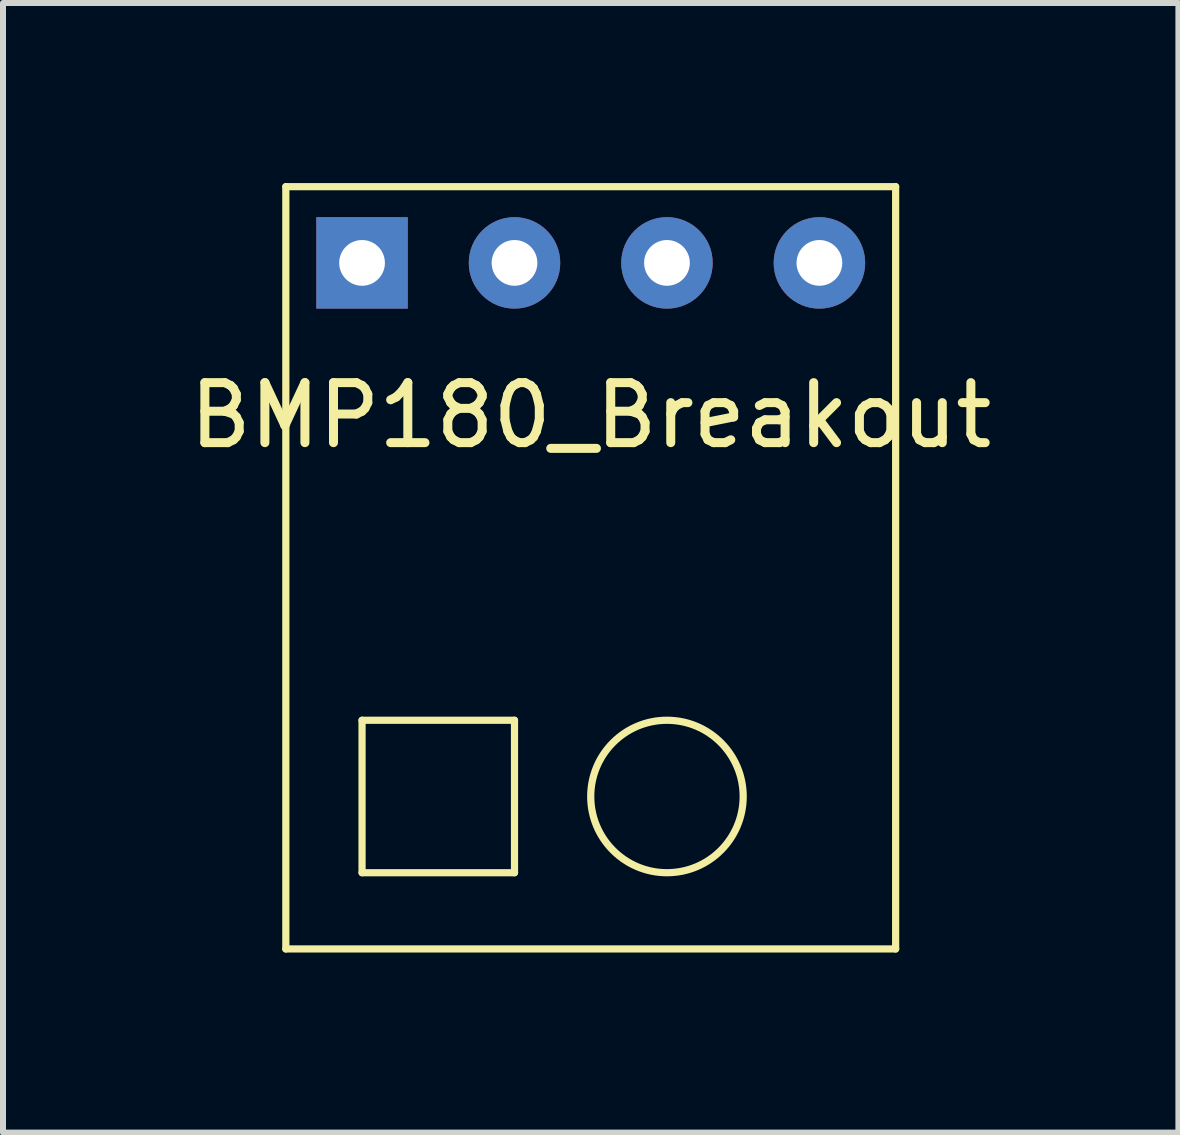
<source format=kicad_pcb>
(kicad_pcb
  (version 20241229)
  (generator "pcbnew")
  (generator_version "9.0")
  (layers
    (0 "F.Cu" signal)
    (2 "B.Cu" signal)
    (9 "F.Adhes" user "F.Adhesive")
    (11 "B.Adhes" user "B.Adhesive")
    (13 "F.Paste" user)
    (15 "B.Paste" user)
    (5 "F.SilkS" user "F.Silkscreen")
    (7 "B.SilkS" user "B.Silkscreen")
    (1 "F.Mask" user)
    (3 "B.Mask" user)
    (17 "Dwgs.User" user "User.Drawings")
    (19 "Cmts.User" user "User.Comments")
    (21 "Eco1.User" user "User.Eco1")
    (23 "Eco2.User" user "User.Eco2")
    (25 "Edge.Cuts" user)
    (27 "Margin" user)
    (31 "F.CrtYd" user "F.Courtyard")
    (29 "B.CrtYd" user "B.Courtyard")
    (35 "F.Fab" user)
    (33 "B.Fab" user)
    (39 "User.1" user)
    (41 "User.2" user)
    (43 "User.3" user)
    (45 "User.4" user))
  (footprint "BMP180_Breakout"
    (layer "F.Cu")
    (at 5.522 11.49)
    (property "Reference" "BMP180_Breakout" (at 1.27 -7.62 0) (layer "F.SilkS") (effects (font (size 1 1) (thickness 0.15))))
    (attr through_hole)
    (fp_line (start -3.81 -11.43) (end -3.81 1.27) (stroke (width 0.12) (type solid)) (layer "F.SilkS"))
    (fp_line (start -3.81 1.27) (end 6.35 1.27) (stroke (width 0.12) (type solid)) (layer "F.SilkS"))
    (fp_line (start -2.54 -2.54) (end -2.54 0) (stroke (width 0.12) (type solid)) (layer "F.SilkS"))
    (fp_line (start -2.54 0) (end 0 0) (stroke (width 0.12) (type solid)) (layer "F.SilkS"))
    (fp_line (start 0 -2.54) (end -2.54 -2.54) (stroke (width 0.12) (type solid)) (layer "F.SilkS"))
    (fp_line (start 0 0) (end 0 -2.54) (stroke (width 0.12) (type solid)) (layer "F.SilkS"))
    (fp_line (start 6.35 -11.43) (end -3.81 -11.43) (stroke (width 0.12) (type solid)) (layer "F.SilkS"))
    (fp_line (start 6.35 1.27) (end 6.35 -11.43) (stroke (width 0.12) (type solid)) (layer "F.SilkS"))
    (fp_circle (center 2.54 -1.27) (end 3.81 -1.27) (stroke (width 0.12) (type solid)) (fill no) (layer "F.SilkS"))
    (pad "1" thru_hole rect (at -2.54 -10.16) (size 1.524 1.524) (drill 0.762) (layers "*.Cu" "*.Mask"))
    (pad "2" thru_hole circle (at 0 -10.16) (size 1.524 1.524) (drill 0.762) (layers "*.Cu" "*.Mask"))
    (pad "3" thru_hole circle (at 2.54 -10.16) (size 1.524 1.524) (drill 0.762) (layers "*.Cu" "*.Mask"))
    (pad "4" thru_hole circle (at 5.08 -10.16) (size 1.524 1.524) (drill 0.762) (layers "*.Cu" "*.Mask")))
  (gr_rect
    (start -3 -3)
    (end 16.583 15.82)
    (stroke (width 0.1) (type default))
    (fill no)
    (layer "Edge.Cuts")))
</source>
